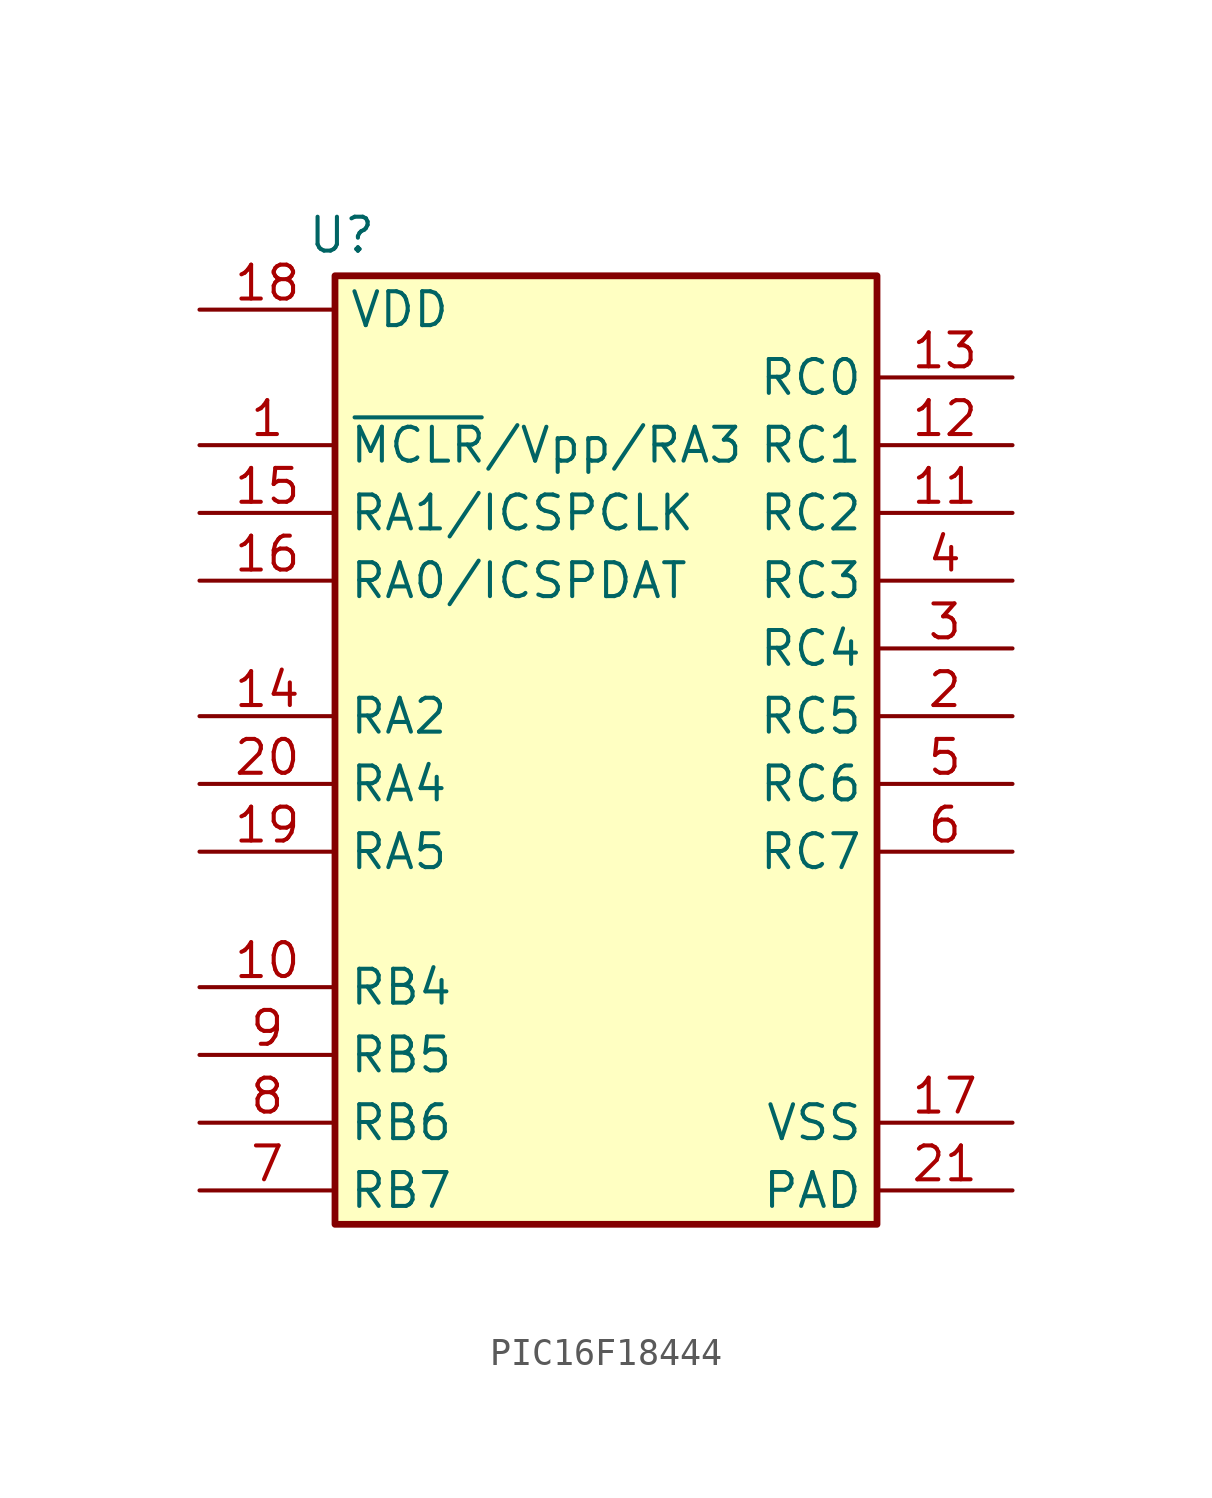
<source format=kicad_sym>
(kicad_symbol_lib
  (version 20231120)
  (generator "kicad_symbol_editor")
  (generator_version "8.0")
  (symbol "PIC16F18444"
    (property "Reference" "U"
      (at 5.334 35.814 0)
      (effects (font (size 1.27 1.27))))
    (property "Value" ""
      (at 0 0 0)
      (effects (font (size 1.27 1.27))))
    (symbol "PIC16F18444_1_1"
      (text_box "" (at 5.08 34.29 0) (size 20.32 -35.56) (stroke (width 0.254) (type default)) (fill (type background)) (effects (font (size 1.27 1.27)) (justify left top)))
      (pin passive line (at 0 27.94 0) (length 5.08) (name "~{MCLR}/Vpp/RA3" (effects (font (size 1.27 1.27)))) (number "1" (effects (font (size 1.27 1.27)))))
      (pin passive line (at 0 7.62 0) (length 5.08) (name "RB4" (effects (font (size 1.27 1.27)))) (number "10" (effects (font (size 1.27 1.27)))))
      (pin passive line (at 30.48 25.4 180) (length 5.08) (name "RC2" (effects (font (size 1.27 1.27)))) (number "11" (effects (font (size 1.27 1.27)))))
      (pin passive line (at 30.48 27.94 180) (length 5.08) (name "RC1" (effects (font (size 1.27 1.27)))) (number "12" (effects (font (size 1.27 1.27)))))
      (pin passive line (at 30.48 30.48 180) (length 5.08) (name "RC0" (effects (font (size 1.27 1.27)))) (number "13" (effects (font (size 1.27 1.27)))))
      (pin passive line (at 0 17.78 0) (length 5.08) (name "RA2" (effects (font (size 1.27 1.27)))) (number "14" (effects (font (size 1.27 1.27)))))
      (pin passive line (at 0 25.4 0) (length 5.08) (name "RA1/ICSPCLK" (effects (font (size 1.27 1.27)))) (number "15" (effects (font (size 1.27 1.27)))))
      (pin passive line (at 0 22.86 0) (length 5.08) (name "RA0/ICSPDAT" (effects (font (size 1.27 1.27)))) (number "16" (effects (font (size 1.27 1.27)))))
      (pin power_in line (at 30.48 2.54 180) (length 5.08) (name "VSS" (effects (font (size 1.27 1.27)))) (number "17" (effects (font (size 1.27 1.27)))))
      (pin power_in line (at 0 33.02 0) (length 5.08) (name "VDD" (effects (font (size 1.27 1.27)))) (number "18" (effects (font (size 1.27 1.27)))))
      (pin passive line (at 0 12.7 0) (length 5.08) (name "RA5" (effects (font (size 1.27 1.27)))) (number "19" (effects (font (size 1.27 1.27)))))
      (pin passive line (at 30.48 17.78 180) (length 5.08) (name "RC5" (effects (font (size 1.27 1.27)))) (number "2" (effects (font (size 1.27 1.27)))))
      (pin passive line (at 0 15.24 0) (length 5.08) (name "RA4" (effects (font (size 1.27 1.27)))) (number "20" (effects (font (size 1.27 1.27)))))
      (pin power_in line (at 30.48 0 180) (length 5.08) (name "PAD" (effects (font (size 1.27 1.27)))) (number "21" (effects (font (size 1.27 1.27)))))
      (pin passive line (at 30.48 20.32 180) (length 5.08) (name "RC4" (effects (font (size 1.27 1.27)))) (number "3" (effects (font (size 1.27 1.27)))))
      (pin passive line (at 30.48 22.86 180) (length 5.08) (name "RC3" (effects (font (size 1.27 1.27)))) (number "4" (effects (font (size 1.27 1.27)))))
      (pin passive line (at 30.48 15.24 180) (length 5.08) (name "RC6" (effects (font (size 1.27 1.27)))) (number "5" (effects (font (size 1.27 1.27)))))
      (pin passive line (at 30.48 12.7 180) (length 5.08) (name "RC7" (effects (font (size 1.27 1.27)))) (number "6" (effects (font (size 1.27 1.27)))))
      (pin passive line (at 0 0 0) (length 5.08) (name "RB7" (effects (font (size 1.27 1.27)))) (number "7" (effects (font (size 1.27 1.27)))))
      (pin passive line (at 0 2.54 0) (length 5.08) (name "RB6" (effects (font (size 1.27 1.27)))) (number "8" (effects (font (size 1.27 1.27)))))
      (pin passive line (at 0 5.08 0) (length 5.08) (name "RB5" (effects (font (size 1.27 1.27)))) (number "9" (effects (font (size 1.27 1.27))))))))
</source>
